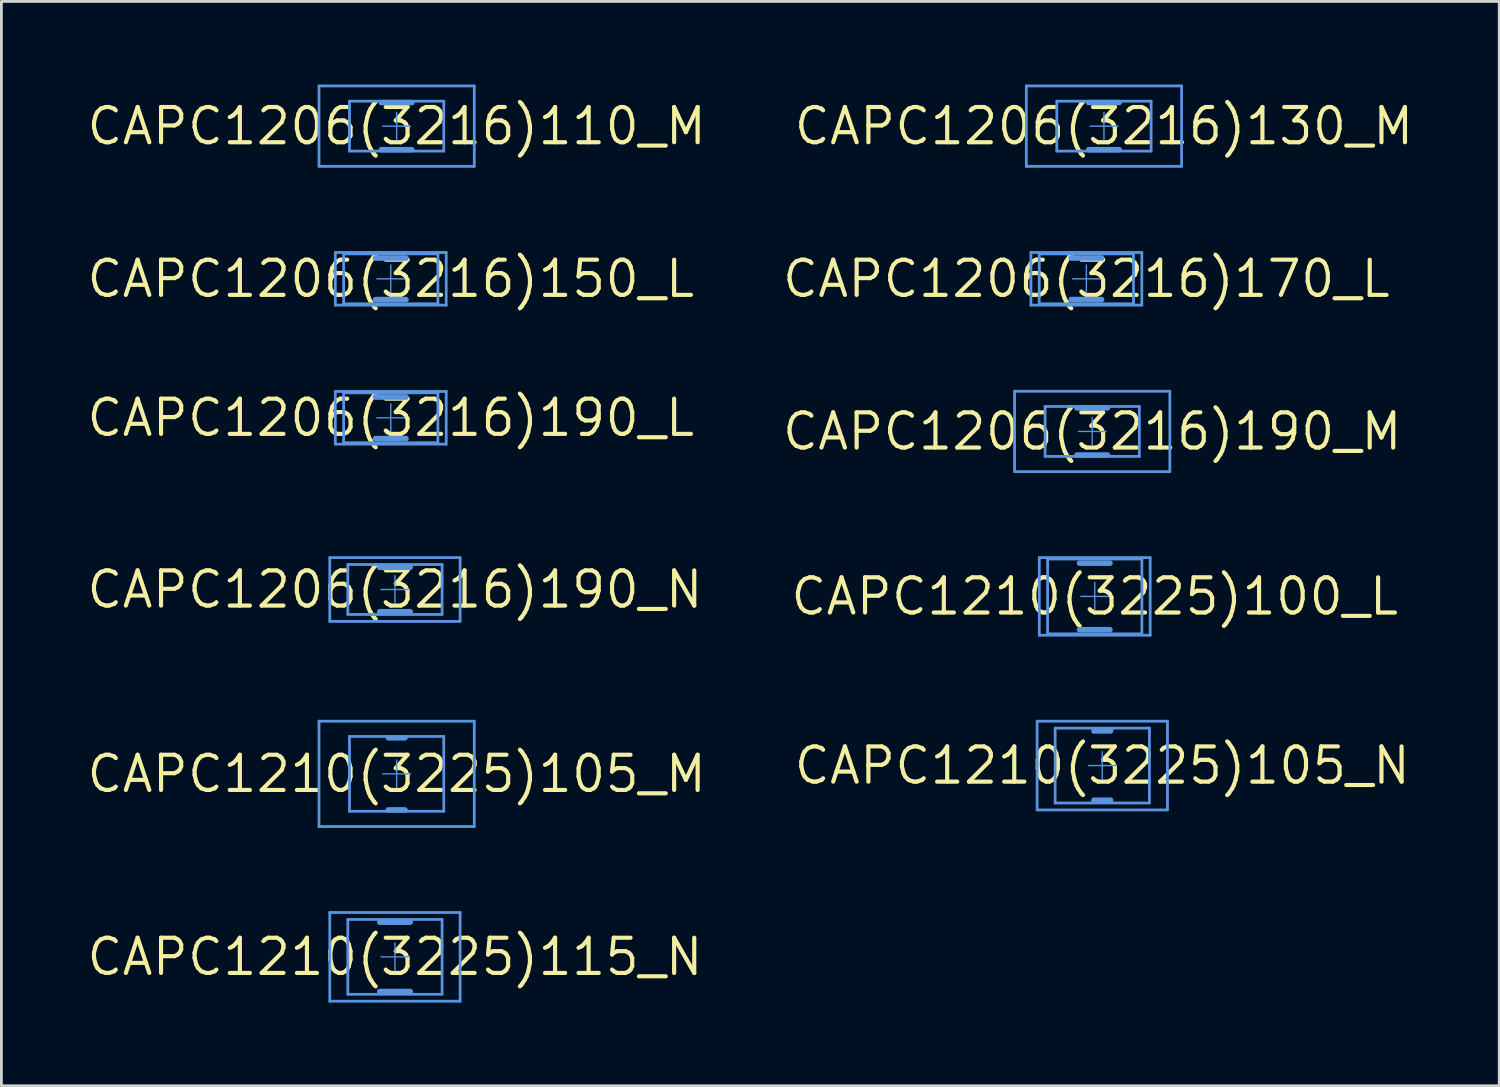
<source format=kicad_pcb>
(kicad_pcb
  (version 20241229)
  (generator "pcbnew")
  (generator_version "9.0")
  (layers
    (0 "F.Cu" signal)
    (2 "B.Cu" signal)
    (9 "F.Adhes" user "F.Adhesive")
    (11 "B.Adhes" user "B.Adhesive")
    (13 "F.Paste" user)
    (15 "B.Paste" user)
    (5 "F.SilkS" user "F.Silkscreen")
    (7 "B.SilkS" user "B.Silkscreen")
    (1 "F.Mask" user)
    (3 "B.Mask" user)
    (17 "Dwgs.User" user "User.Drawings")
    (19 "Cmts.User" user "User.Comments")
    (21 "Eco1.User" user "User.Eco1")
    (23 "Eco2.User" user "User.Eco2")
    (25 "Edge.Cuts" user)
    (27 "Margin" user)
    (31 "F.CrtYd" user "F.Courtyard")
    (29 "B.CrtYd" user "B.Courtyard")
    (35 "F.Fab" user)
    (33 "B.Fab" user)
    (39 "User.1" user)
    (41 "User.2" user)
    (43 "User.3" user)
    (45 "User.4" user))
  (footprint "CAPC1210(3225)115_N"
    (layer "F.Cu")
    (at 11.195 31.462)
    (property "Reference" "CAPC1210(3225)115_N" (at 0 0 0) (layer "F.SilkS") (effects (font (size 1.27 1.27) (thickness 0.15))))
    (attr through_hole)
    (fp_line (start -2.35 -1.6) (end 2.35 -1.6) (stroke (width 0.05) (type solid)) (layer "Cmts.User"))
    (fp_line (start -2.35 -1.6) (end 2.35 -1.6) (stroke (width 0.1) (type solid)) (layer "Cmts.User"))
    (fp_line (start -2.35 1.6) (end -2.35 -1.6) (stroke (width 0.05) (type solid)) (layer "Cmts.User"))
    (fp_line (start -2.35 1.6) (end -2.35 -1.6) (stroke (width 0.1) (type solid)) (layer "Cmts.User"))
    (fp_line (start -2.35 1.6) (end 2.35 1.6) (stroke (width 0.05) (type solid)) (layer "Cmts.User"))
    (fp_line (start -2.35 1.6) (end 2.35 1.6) (stroke (width 0.1) (type solid)) (layer "Cmts.User"))
    (fp_line (start -1.7 -1.35) (end 1.7 -1.35) (stroke (width 0.1) (type solid)) (layer "Cmts.User"))
    (fp_line (start -1.7 1.35) (end -1.7 -1.35) (stroke (width 0.1) (type solid)) (layer "Cmts.User"))
    (fp_line (start -1.7 1.35) (end 1.7 1.35) (stroke (width 0.1) (type solid)) (layer "Cmts.User"))
    (fp_line (start -0.55 -1.25) (end 0.55 -1.25) (stroke (width 0.2) (type solid)) (layer "Cmts.User"))
    (fp_line (start -0.55 1.25) (end 0.55 1.25) (stroke (width 0.2) (type solid)) (layer "Cmts.User"))
    (fp_line (start -0.5 0) (end 0.5 0) (stroke (width 0.05) (type solid)) (layer "Cmts.User"))
    (fp_line (start 0 0.5) (end 0 -0.5) (stroke (width 0.05) (type solid)) (layer "Cmts.User"))
    (fp_line (start 1.7 1.35) (end 1.7 -1.35) (stroke (width 0.1) (type solid)) (layer "Cmts.User"))
    (fp_line (start 2.35 1.6) (end 2.35 -1.6) (stroke (width 0.05) (type solid)) (layer "Cmts.User"))
    (fp_line (start 2.35 1.6) (end 2.35 -1.6) (stroke (width 0.1) (type solid)) (layer "Cmts.User")))
  (footprint "CAPC1206(3216)190_N"
    (layer "F.Cu")
    (at 11.195 18.212)
    (property "Reference" "CAPC1206(3216)190_N" (at 0 0 0) (layer "F.SilkS") (effects (font (size 1.27 1.27) (thickness 0.15))))
    (attr through_hole)
    (fp_line (start -2.35 -1.15) (end 2.35 -1.15) (stroke (width 0.05) (type solid)) (layer "Cmts.User"))
    (fp_line (start -2.35 -1.15) (end 2.35 -1.15) (stroke (width 0.1) (type solid)) (layer "Cmts.User"))
    (fp_line (start -2.35 1.15) (end -2.35 -1.15) (stroke (width 0.05) (type solid)) (layer "Cmts.User"))
    (fp_line (start -2.35 1.15) (end -2.35 -1.15) (stroke (width 0.1) (type solid)) (layer "Cmts.User"))
    (fp_line (start -2.35 1.15) (end 2.35 1.15) (stroke (width 0.05) (type solid)) (layer "Cmts.User"))
    (fp_line (start -2.35 1.15) (end 2.35 1.15) (stroke (width 0.1) (type solid)) (layer "Cmts.User"))
    (fp_line (start -1.7 -0.9) (end 1.7 -0.9) (stroke (width 0.1) (type solid)) (layer "Cmts.User"))
    (fp_line (start -1.7 0.9) (end -1.7 -0.9) (stroke (width 0.1) (type solid)) (layer "Cmts.User"))
    (fp_line (start -1.7 0.9) (end 1.7 0.9) (stroke (width 0.1) (type solid)) (layer "Cmts.User"))
    (fp_line (start -0.55 -0.8) (end 0.55 -0.8) (stroke (width 0.2) (type solid)) (layer "Cmts.User"))
    (fp_line (start -0.55 0.8) (end 0.55 0.8) (stroke (width 0.2) (type solid)) (layer "Cmts.User"))
    (fp_line (start -0.5 0) (end 0.5 0) (stroke (width 0.05) (type solid)) (layer "Cmts.User"))
    (fp_line (start 0 0.5) (end 0 -0.5) (stroke (width 0.05) (type solid)) (layer "Cmts.User"))
    (fp_line (start 1.7 0.9) (end 1.7 -0.9) (stroke (width 0.1) (type solid)) (layer "Cmts.User"))
    (fp_line (start 2.35 1.15) (end 2.35 -1.15) (stroke (width 0.05) (type solid)) (layer "Cmts.User"))
    (fp_line (start 2.35 1.15) (end 2.35 -1.15) (stroke (width 0.1) (type solid)) (layer "Cmts.User")))
  (footprint "CAPC1206(3216)170_L"
    (layer "F.Cu")
    (at 36.133 7.006)
    (property "Reference" "CAPC1206(3216)170_L" (at 0 0 0) (layer "F.SilkS") (effects (font (size 1.27 1.27) (thickness 0.15))))
    (attr through_hole)
    (fp_line (start -2 -0.95) (end 2 -0.95) (stroke (width 0.05) (type solid)) (layer "Cmts.User"))
    (fp_line (start -2 -0.95) (end 2 -0.95) (stroke (width 0.1) (type solid)) (layer "Cmts.User"))
    (fp_line (start -2 0.95) (end -2 -0.95) (stroke (width 0.05) (type solid)) (layer "Cmts.User"))
    (fp_line (start -2 0.95) (end -2 -0.95) (stroke (width 0.1) (type solid)) (layer "Cmts.User"))
    (fp_line (start -2 0.95) (end 2 0.95) (stroke (width 0.05) (type solid)) (layer "Cmts.User"))
    (fp_line (start -2 0.95) (end 2 0.95) (stroke (width 0.1) (type solid)) (layer "Cmts.User"))
    (fp_line (start -1.7 -0.9) (end 1.7 -0.9) (stroke (width 0.1) (type solid)) (layer "Cmts.User"))
    (fp_line (start -1.7 0.9) (end -1.7 -0.9) (stroke (width 0.1) (type solid)) (layer "Cmts.User"))
    (fp_line (start -1.7 0.9) (end 1.7 0.9) (stroke (width 0.1) (type solid)) (layer "Cmts.User"))
    (fp_line (start -0.55 -0.75) (end 0.55 -0.75) (stroke (width 0.2) (type solid)) (layer "Cmts.User"))
    (fp_line (start -0.55 0.75) (end 0.55 0.75) (stroke (width 0.2) (type solid)) (layer "Cmts.User"))
    (fp_line (start -0.5 0) (end 0.5 0) (stroke (width 0.05) (type solid)) (layer "Cmts.User"))
    (fp_line (start 0 0.5) (end 0 -0.5) (stroke (width 0.05) (type solid)) (layer "Cmts.User"))
    (fp_line (start 1.7 0.9) (end 1.7 -0.9) (stroke (width 0.1) (type solid)) (layer "Cmts.User"))
    (fp_line (start 2 0.95) (end 2 -0.95) (stroke (width 0.05) (type solid)) (layer "Cmts.User"))
    (fp_line (start 2 0.95) (end 2 -0.95) (stroke (width 0.1) (type solid)) (layer "Cmts.User")))
  (footprint "CAPC1206(3216)190_M"
    (layer "F.Cu")
    (at 36.344 12.512)
    (property "Reference" "CAPC1206(3216)190_M" (at 0 0 0) (layer "F.SilkS") (effects (font (size 1.27 1.27) (thickness 0.15))))
    (attr through_hole)
    (fp_line (start -2.8 -1.45) (end 2.8 -1.45) (stroke (width 0.05) (type solid)) (layer "Cmts.User"))
    (fp_line (start -2.8 -1.45) (end 2.8 -1.45) (stroke (width 0.1) (type solid)) (layer "Cmts.User"))
    (fp_line (start -2.8 1.45) (end -2.8 -1.45) (stroke (width 0.05) (type solid)) (layer "Cmts.User"))
    (fp_line (start -2.8 1.45) (end -2.8 -1.45) (stroke (width 0.1) (type solid)) (layer "Cmts.User"))
    (fp_line (start -2.8 1.45) (end 2.8 1.45) (stroke (width 0.05) (type solid)) (layer "Cmts.User"))
    (fp_line (start -2.8 1.45) (end 2.8 1.45) (stroke (width 0.1) (type solid)) (layer "Cmts.User"))
    (fp_line (start -1.7 -0.9) (end 1.7 -0.9) (stroke (width 0.1) (type solid)) (layer "Cmts.User"))
    (fp_line (start -1.7 0.9) (end -1.7 -0.9) (stroke (width 0.1) (type solid)) (layer "Cmts.User"))
    (fp_line (start -1.7 0.9) (end 1.7 0.9) (stroke (width 0.1) (type solid)) (layer "Cmts.User"))
    (fp_line (start -0.55 -0.85) (end 0.55 -0.85) (stroke (width 0.2) (type solid)) (layer "Cmts.User"))
    (fp_line (start -0.55 0.85) (end 0.55 0.85) (stroke (width 0.2) (type solid)) (layer "Cmts.User"))
    (fp_line (start -0.5 0) (end 0.5 0) (stroke (width 0.05) (type solid)) (layer "Cmts.User"))
    (fp_line (start 0 0.5) (end 0 -0.5) (stroke (width 0.05) (type solid)) (layer "Cmts.User"))
    (fp_line (start 1.7 0.9) (end 1.7 -0.9) (stroke (width 0.1) (type solid)) (layer "Cmts.User"))
    (fp_line (start 2.8 1.45) (end 2.8 -1.45) (stroke (width 0.05) (type solid)) (layer "Cmts.User"))
    (fp_line (start 2.8 1.45) (end 2.8 -1.45) (stroke (width 0.1) (type solid)) (layer "Cmts.User")))
  (footprint "CAPC1210(3225)105_M"
    (layer "F.Cu")
    (at 11.256 24.862)
    (property "Reference" "CAPC1210(3225)105_M" (at 0 0 0) (layer "F.SilkS") (effects (font (size 1.27 1.27) (thickness 0.15))))
    (attr through_hole)
    (fp_line (start -2.8 -1.9) (end 2.8 -1.9) (stroke (width 0.05) (type solid)) (layer "Cmts.User"))
    (fp_line (start -2.8 -1.9) (end 2.8 -1.9) (stroke (width 0.1) (type solid)) (layer "Cmts.User"))
    (fp_line (start -2.8 1.9) (end -2.8 -1.9) (stroke (width 0.05) (type solid)) (layer "Cmts.User"))
    (fp_line (start -2.8 1.9) (end -2.8 -1.9) (stroke (width 0.1) (type solid)) (layer "Cmts.User"))
    (fp_line (start -2.8 1.9) (end 2.8 1.9) (stroke (width 0.05) (type solid)) (layer "Cmts.User"))
    (fp_line (start -2.8 1.9) (end 2.8 1.9) (stroke (width 0.1) (type solid)) (layer "Cmts.User"))
    (fp_line (start -1.7 -1.35) (end 1.7 -1.35) (stroke (width 0.1) (type solid)) (layer "Cmts.User"))
    (fp_line (start -1.7 1.35) (end -1.7 -1.35) (stroke (width 0.1) (type solid)) (layer "Cmts.User"))
    (fp_line (start -1.7 1.35) (end 1.7 1.35) (stroke (width 0.1) (type solid)) (layer "Cmts.User"))
    (fp_line (start -0.5 0) (end 0.5 0) (stroke (width 0.05) (type solid)) (layer "Cmts.User"))
    (fp_line (start -0.3 -1.3) (end 0.3 -1.3) (stroke (width 0.2) (type solid)) (layer "Cmts.User"))
    (fp_line (start -0.3 1.3) (end 0.3 1.3) (stroke (width 0.2) (type solid)) (layer "Cmts.User"))
    (fp_line (start 0 0.5) (end 0 -0.5) (stroke (width 0.05) (type solid)) (layer "Cmts.User"))
    (fp_line (start 1.7 1.35) (end 1.7 -1.35) (stroke (width 0.1) (type solid)) (layer "Cmts.User"))
    (fp_line (start 2.8 1.9) (end 2.8 -1.9) (stroke (width 0.05) (type solid)) (layer "Cmts.User"))
    (fp_line (start 2.8 1.9) (end 2.8 -1.9) (stroke (width 0.1) (type solid)) (layer "Cmts.User")))
  (footprint "CAPC1206(3216)110_M"
    (layer "F.Cu")
    (at 11.256 1.5)
    (property "Reference" "CAPC1206(3216)110_M" (at 0 0 0) (layer "F.SilkS") (effects (font (size 1.27 1.27) (thickness 0.15))))
    (attr through_hole)
    (fp_line (start -2.8 -1.45) (end 2.8 -1.45) (stroke (width 0.05) (type solid)) (layer "Cmts.User"))
    (fp_line (start -2.8 -1.45) (end 2.8 -1.45) (stroke (width 0.1) (type solid)) (layer "Cmts.User"))
    (fp_line (start -2.8 1.45) (end -2.8 -1.45) (stroke (width 0.05) (type solid)) (layer "Cmts.User"))
    (fp_line (start -2.8 1.45) (end -2.8 -1.45) (stroke (width 0.1) (type solid)) (layer "Cmts.User"))
    (fp_line (start -2.8 1.45) (end 2.8 1.45) (stroke (width 0.05) (type solid)) (layer "Cmts.User"))
    (fp_line (start -2.8 1.45) (end 2.8 1.45) (stroke (width 0.1) (type solid)) (layer "Cmts.User"))
    (fp_line (start -1.7 -0.9) (end 1.7 -0.9) (stroke (width 0.1) (type solid)) (layer "Cmts.User"))
    (fp_line (start -1.7 0.9) (end -1.7 -0.9) (stroke (width 0.1) (type solid)) (layer "Cmts.User"))
    (fp_line (start -1.7 0.9) (end 1.7 0.9) (stroke (width 0.1) (type solid)) (layer "Cmts.User"))
    (fp_line (start -0.55 -0.85) (end 0.55 -0.85) (stroke (width 0.2) (type solid)) (layer "Cmts.User"))
    (fp_line (start -0.55 0.85) (end 0.55 0.85) (stroke (width 0.2) (type solid)) (layer "Cmts.User"))
    (fp_line (start -0.5 0) (end 0.5 0) (stroke (width 0.05) (type solid)) (layer "Cmts.User"))
    (fp_line (start 0 0.5) (end 0 -0.5) (stroke (width 0.05) (type solid)) (layer "Cmts.User"))
    (fp_line (start 1.7 0.9) (end 1.7 -0.9) (stroke (width 0.1) (type solid)) (layer "Cmts.User"))
    (fp_line (start 2.8 1.45) (end 2.8 -1.45) (stroke (width 0.05) (type solid)) (layer "Cmts.User"))
    (fp_line (start 2.8 1.45) (end 2.8 -1.45) (stroke (width 0.1) (type solid)) (layer "Cmts.User")))
  (footprint "CAPC1206(3216)190_L"
    (layer "F.Cu")
    (at 11.044 12.019)
    (property "Reference" "CAPC1206(3216)190_L" (at 0 0 0) (layer "F.SilkS") (effects (font (size 1.27 1.27) (thickness 0.15))))
    (attr through_hole)
    (fp_line (start -2 -0.95) (end 2 -0.95) (stroke (width 0.05) (type solid)) (layer "Cmts.User"))
    (fp_line (start -2 -0.95) (end 2 -0.95) (stroke (width 0.1) (type solid)) (layer "Cmts.User"))
    (fp_line (start -2 0.95) (end -2 -0.95) (stroke (width 0.05) (type solid)) (layer "Cmts.User"))
    (fp_line (start -2 0.95) (end -2 -0.95) (stroke (width 0.1) (type solid)) (layer "Cmts.User"))
    (fp_line (start -2 0.95) (end 2 0.95) (stroke (width 0.05) (type solid)) (layer "Cmts.User"))
    (fp_line (start -2 0.95) (end 2 0.95) (stroke (width 0.1) (type solid)) (layer "Cmts.User"))
    (fp_line (start -1.7 -0.9) (end 1.7 -0.9) (stroke (width 0.1) (type solid)) (layer "Cmts.User"))
    (fp_line (start -1.7 0.9) (end -1.7 -0.9) (stroke (width 0.1) (type solid)) (layer "Cmts.User"))
    (fp_line (start -1.7 0.9) (end 1.7 0.9) (stroke (width 0.1) (type solid)) (layer "Cmts.User"))
    (fp_line (start -0.55 -0.75) (end 0.55 -0.75) (stroke (width 0.2) (type solid)) (layer "Cmts.User"))
    (fp_line (start -0.55 0.75) (end 0.55 0.75) (stroke (width 0.2) (type solid)) (layer "Cmts.User"))
    (fp_line (start -0.5 0) (end 0.5 0) (stroke (width 0.05) (type solid)) (layer "Cmts.User"))
    (fp_line (start 0 0.5) (end 0 -0.5) (stroke (width 0.05) (type solid)) (layer "Cmts.User"))
    (fp_line (start 1.7 0.9) (end 1.7 -0.9) (stroke (width 0.1) (type solid)) (layer "Cmts.User"))
    (fp_line (start 2 0.95) (end 2 -0.95) (stroke (width 0.05) (type solid)) (layer "Cmts.User"))
    (fp_line (start 2 0.95) (end 2 -0.95) (stroke (width 0.1) (type solid)) (layer "Cmts.User")))
  (footprint "CAPC1206(3216)150_L"
    (layer "F.Cu")
    (at 11.044 7.006)
    (property "Reference" "CAPC1206(3216)150_L" (at 0 0 0) (layer "F.SilkS") (effects (font (size 1.27 1.27) (thickness 0.15))))
    (attr through_hole)
    (fp_line (start -2 -0.95) (end 2 -0.95) (stroke (width 0.05) (type solid)) (layer "Cmts.User"))
    (fp_line (start -2 -0.95) (end 2 -0.95) (stroke (width 0.1) (type solid)) (layer "Cmts.User"))
    (fp_line (start -2 0.95) (end -2 -0.95) (stroke (width 0.05) (type solid)) (layer "Cmts.User"))
    (fp_line (start -2 0.95) (end -2 -0.95) (stroke (width 0.1) (type solid)) (layer "Cmts.User"))
    (fp_line (start -2 0.95) (end 2 0.95) (stroke (width 0.05) (type solid)) (layer "Cmts.User"))
    (fp_line (start -2 0.95) (end 2 0.95) (stroke (width 0.1) (type solid)) (layer "Cmts.User"))
    (fp_line (start -1.7 -0.9) (end 1.7 -0.9) (stroke (width 0.1) (type solid)) (layer "Cmts.User"))
    (fp_line (start -1.7 0.9) (end -1.7 -0.9) (stroke (width 0.1) (type solid)) (layer "Cmts.User"))
    (fp_line (start -1.7 0.9) (end 1.7 0.9) (stroke (width 0.1) (type solid)) (layer "Cmts.User"))
    (fp_line (start -0.55 -0.75) (end 0.55 -0.75) (stroke (width 0.2) (type solid)) (layer "Cmts.User"))
    (fp_line (start -0.55 0.75) (end 0.55 0.75) (stroke (width 0.2) (type solid)) (layer "Cmts.User"))
    (fp_line (start -0.5 0) (end 0.5 0) (stroke (width 0.05) (type solid)) (layer "Cmts.User"))
    (fp_line (start 0 0.5) (end 0 -0.5) (stroke (width 0.05) (type solid)) (layer "Cmts.User"))
    (fp_line (start 1.7 0.9) (end 1.7 -0.9) (stroke (width 0.1) (type solid)) (layer "Cmts.User"))
    (fp_line (start 2 0.95) (end 2 -0.95) (stroke (width 0.05) (type solid)) (layer "Cmts.User"))
    (fp_line (start 2 0.95) (end 2 -0.95) (stroke (width 0.1) (type solid)) (layer "Cmts.User")))
  (footprint "CAPC1210(3225)105_N"
    (layer "F.Cu")
    (at 36.707 24.562)
    (property "Reference" "CAPC1210(3225)105_N" (at 0 0 0) (layer "F.SilkS") (effects (font (size 1.27 1.27) (thickness 0.15))))
    (attr through_hole)
    (fp_line (start -2.35 -1.6) (end 2.35 -1.6) (stroke (width 0.05) (type solid)) (layer "Cmts.User"))
    (fp_line (start -2.35 -1.6) (end 2.35 -1.6) (stroke (width 0.1) (type solid)) (layer "Cmts.User"))
    (fp_line (start -2.35 1.6) (end -2.35 -1.6) (stroke (width 0.05) (type solid)) (layer "Cmts.User"))
    (fp_line (start -2.35 1.6) (end -2.35 -1.6) (stroke (width 0.1) (type solid)) (layer "Cmts.User"))
    (fp_line (start -2.35 1.6) (end 2.35 1.6) (stroke (width 0.05) (type solid)) (layer "Cmts.User"))
    (fp_line (start -2.35 1.6) (end 2.35 1.6) (stroke (width 0.1) (type solid)) (layer "Cmts.User"))
    (fp_line (start -1.7 -1.35) (end 1.7 -1.35) (stroke (width 0.1) (type solid)) (layer "Cmts.User"))
    (fp_line (start -1.7 1.35) (end -1.7 -1.35) (stroke (width 0.1) (type solid)) (layer "Cmts.User"))
    (fp_line (start -1.7 1.35) (end 1.7 1.35) (stroke (width 0.1) (type solid)) (layer "Cmts.User"))
    (fp_line (start -0.5 0) (end 0.5 0) (stroke (width 0.05) (type solid)) (layer "Cmts.User"))
    (fp_line (start -0.3 -1.25) (end 0.3 -1.25) (stroke (width 0.2) (type solid)) (layer "Cmts.User"))
    (fp_line (start -0.3 1.25) (end 0.3 1.25) (stroke (width 0.2) (type solid)) (layer "Cmts.User"))
    (fp_line (start 0 0.5) (end 0 -0.5) (stroke (width 0.05) (type solid)) (layer "Cmts.User"))
    (fp_line (start 1.7 1.35) (end 1.7 -1.35) (stroke (width 0.1) (type solid)) (layer "Cmts.User"))
    (fp_line (start 2.35 1.6) (end 2.35 -1.6) (stroke (width 0.05) (type solid)) (layer "Cmts.User"))
    (fp_line (start 2.35 1.6) (end 2.35 -1.6) (stroke (width 0.1) (type solid)) (layer "Cmts.User")))
  (footprint "CAPC1210(3225)100_L"
    (layer "F.Cu")
    (at 36.435 18.462)
    (property "Reference" "CAPC1210(3225)100_L" (at 0 0 0) (layer "F.SilkS") (effects (font (size 1.27 1.27) (thickness 0.15))))
    (attr through_hole)
    (fp_line (start -2 -1.4) (end 2 -1.4) (stroke (width 0.05) (type solid)) (layer "Cmts.User"))
    (fp_line (start -2 -1.4) (end 2 -1.4) (stroke (width 0.1) (type solid)) (layer "Cmts.User"))
    (fp_line (start -2 1.4) (end -2 -1.4) (stroke (width 0.05) (type solid)) (layer "Cmts.User"))
    (fp_line (start -2 1.4) (end -2 -1.4) (stroke (width 0.1) (type solid)) (layer "Cmts.User"))
    (fp_line (start -2 1.4) (end 2 1.4) (stroke (width 0.05) (type solid)) (layer "Cmts.User"))
    (fp_line (start -2 1.4) (end 2 1.4) (stroke (width 0.1) (type solid)) (layer "Cmts.User"))
    (fp_line (start -1.7 -1.35) (end 1.7 -1.35) (stroke (width 0.1) (type solid)) (layer "Cmts.User"))
    (fp_line (start -1.7 1.35) (end -1.7 -1.35) (stroke (width 0.1) (type solid)) (layer "Cmts.User"))
    (fp_line (start -1.7 1.35) (end 1.7 1.35) (stroke (width 0.1) (type solid)) (layer "Cmts.User"))
    (fp_line (start -0.55 -1.2) (end 0.55 -1.2) (stroke (width 0.2) (type solid)) (layer "Cmts.User"))
    (fp_line (start -0.55 1.2) (end 0.55 1.2) (stroke (width 0.2) (type solid)) (layer "Cmts.User"))
    (fp_line (start -0.5 0) (end 0.5 0) (stroke (width 0.05) (type solid)) (layer "Cmts.User"))
    (fp_line (start 0 0.5) (end 0 -0.5) (stroke (width 0.05) (type solid)) (layer "Cmts.User"))
    (fp_line (start 1.7 1.35) (end 1.7 -1.35) (stroke (width 0.1) (type solid)) (layer "Cmts.User"))
    (fp_line (start 2 1.4) (end 2 -1.4) (stroke (width 0.05) (type solid)) (layer "Cmts.User"))
    (fp_line (start 2 1.4) (end 2 -1.4) (stroke (width 0.1) (type solid)) (layer "Cmts.User")))
  (footprint "CAPC1206(3216)130_M"
    (layer "F.Cu")
    (at 36.768 1.5)
    (property "Reference" "CAPC1206(3216)130_M" (at 0 0 0) (layer "F.SilkS") (effects (font (size 1.27 1.27) (thickness 0.15))))
    (attr through_hole)
    (fp_line (start -2.8 -1.45) (end 2.8 -1.45) (stroke (width 0.05) (type solid)) (layer "Cmts.User"))
    (fp_line (start -2.8 -1.45) (end 2.8 -1.45) (stroke (width 0.1) (type solid)) (layer "Cmts.User"))
    (fp_line (start -2.8 1.45) (end -2.8 -1.45) (stroke (width 0.05) (type solid)) (layer "Cmts.User"))
    (fp_line (start -2.8 1.45) (end -2.8 -1.45) (stroke (width 0.1) (type solid)) (layer "Cmts.User"))
    (fp_line (start -2.8 1.45) (end 2.8 1.45) (stroke (width 0.05) (type solid)) (layer "Cmts.User"))
    (fp_line (start -2.8 1.45) (end 2.8 1.45) (stroke (width 0.1) (type solid)) (layer "Cmts.User"))
    (fp_line (start -1.7 -0.9) (end 1.7 -0.9) (stroke (width 0.1) (type solid)) (layer "Cmts.User"))
    (fp_line (start -1.7 0.9) (end -1.7 -0.9) (stroke (width 0.1) (type solid)) (layer "Cmts.User"))
    (fp_line (start -1.7 0.9) (end 1.7 0.9) (stroke (width 0.1) (type solid)) (layer "Cmts.User"))
    (fp_line (start -0.55 -0.85) (end 0.55 -0.85) (stroke (width 0.2) (type solid)) (layer "Cmts.User"))
    (fp_line (start -0.55 0.85) (end 0.55 0.85) (stroke (width 0.2) (type solid)) (layer "Cmts.User"))
    (fp_line (start -0.5 0) (end 0.5 0) (stroke (width 0.05) (type solid)) (layer "Cmts.User"))
    (fp_line (start 0 0.5) (end 0 -0.5) (stroke (width 0.05) (type solid)) (layer "Cmts.User"))
    (fp_line (start 1.7 0.9) (end 1.7 -0.9) (stroke (width 0.1) (type solid)) (layer "Cmts.User"))
    (fp_line (start 2.8 1.45) (end 2.8 -1.45) (stroke (width 0.05) (type solid)) (layer "Cmts.User"))
    (fp_line (start 2.8 1.45) (end 2.8 -1.45) (stroke (width 0.1) (type solid)) (layer "Cmts.User")))
  (gr_rect
    (start -3 -3)
    (end 51.023 36.112)
    (stroke (width 0.1) (type default))
    (fill no)
    (layer "Edge.Cuts")))
</source>
